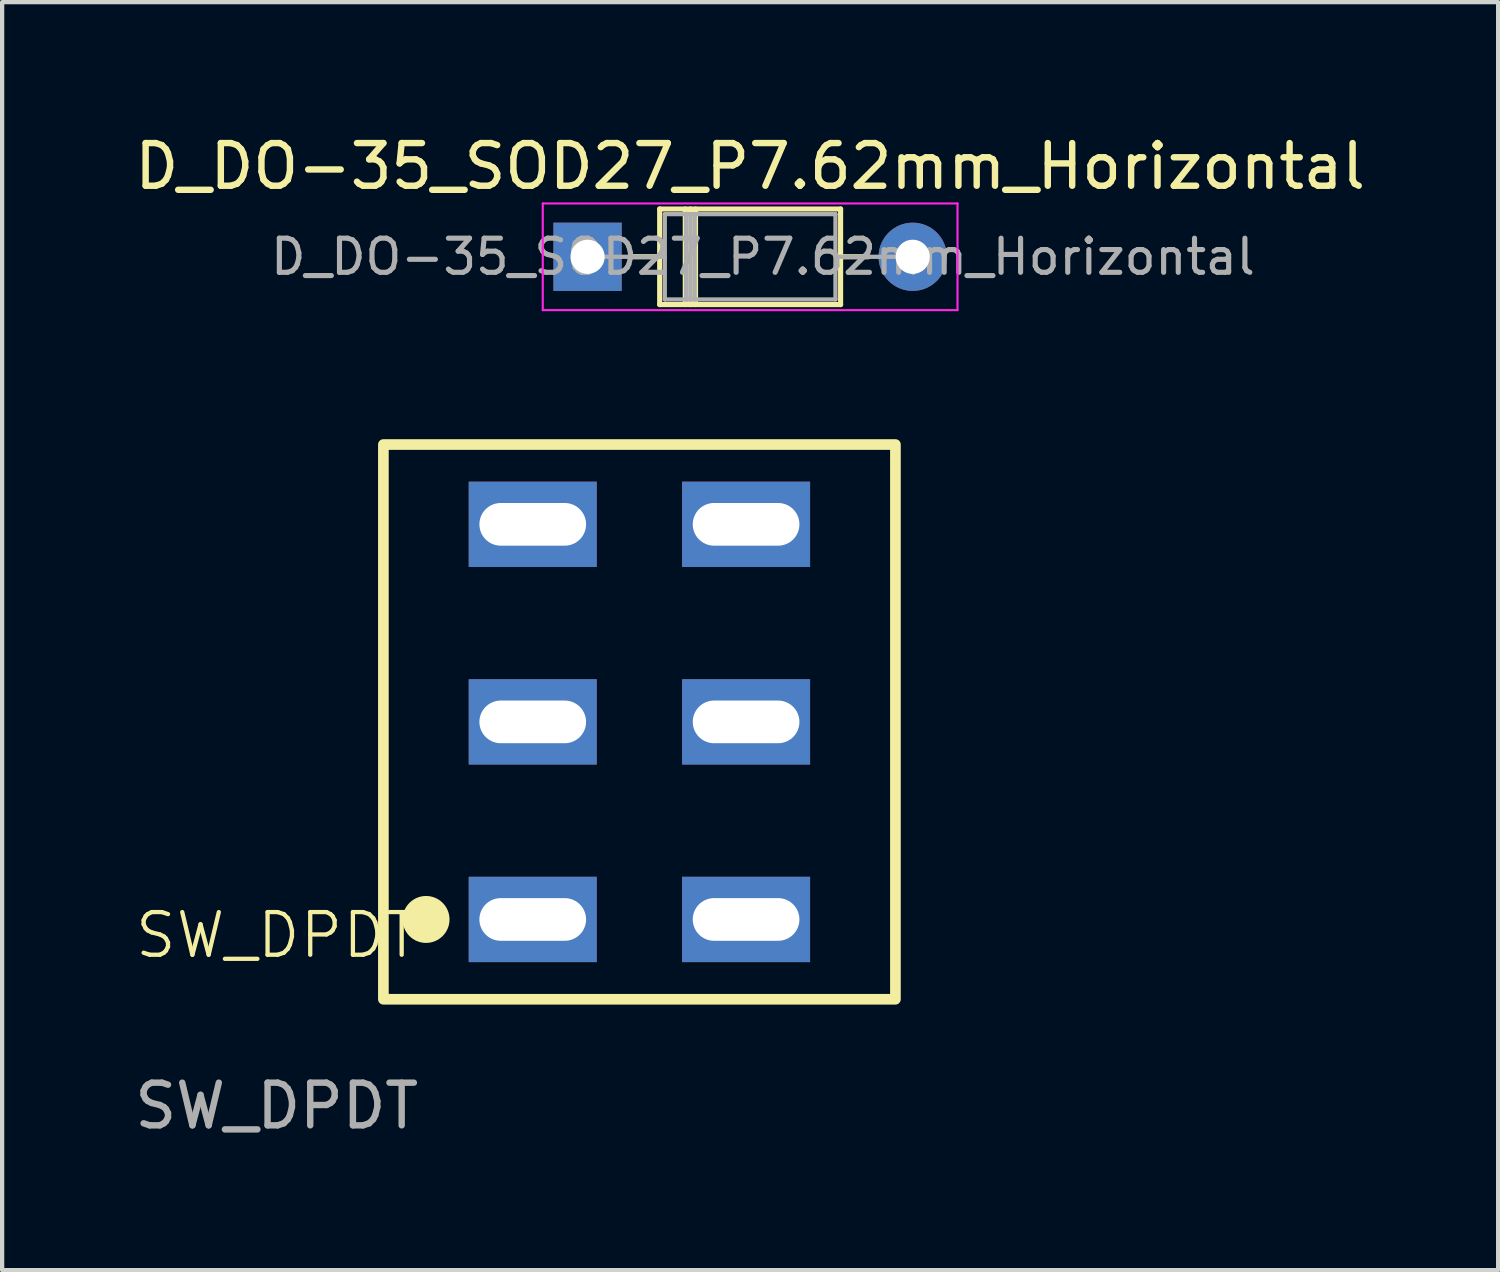
<source format=kicad_pcb>
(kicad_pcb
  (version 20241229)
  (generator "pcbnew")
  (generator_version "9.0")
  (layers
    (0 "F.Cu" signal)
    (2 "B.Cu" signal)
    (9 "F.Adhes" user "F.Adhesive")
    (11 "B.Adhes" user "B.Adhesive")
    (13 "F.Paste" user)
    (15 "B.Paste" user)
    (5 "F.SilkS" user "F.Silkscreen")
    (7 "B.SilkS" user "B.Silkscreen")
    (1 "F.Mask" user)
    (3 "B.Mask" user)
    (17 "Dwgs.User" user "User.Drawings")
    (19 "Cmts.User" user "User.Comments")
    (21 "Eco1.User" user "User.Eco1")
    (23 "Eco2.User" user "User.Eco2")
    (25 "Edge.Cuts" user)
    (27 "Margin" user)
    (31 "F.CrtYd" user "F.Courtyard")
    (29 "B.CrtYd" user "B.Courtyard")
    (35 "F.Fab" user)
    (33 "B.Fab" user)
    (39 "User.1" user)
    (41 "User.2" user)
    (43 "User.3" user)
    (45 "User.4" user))
  (footprint "D_DO-35_SOD27_P7.62mm_Horizontal"
    (layer "F.Cu")
    (at 10.72 2.968)
    (property "Reference" "D_DO-35_SOD27_P7.62mm_Horizontal" (at 3.81 -2.12 0) (layer "F.SilkS") (effects (font (size 1 1) (thickness 0.15))))
    (attr through_hole)
    (fp_line (start 1.04 0) (end 1.69 0) (stroke (width 0.12) (type solid)) (layer "F.SilkS"))
    (fp_line (start 1.69 -1.12) (end 1.69 1.12) (stroke (width 0.12) (type solid)) (layer "F.SilkS"))
    (fp_line (start 1.69 1.12) (end 5.93 1.12) (stroke (width 0.12) (type solid)) (layer "F.SilkS"))
    (fp_line (start 2.29 -1.12) (end 2.29 1.12) (stroke (width 0.12) (type solid)) (layer "F.SilkS"))
    (fp_line (start 2.41 -1.12) (end 2.41 1.12) (stroke (width 0.12) (type solid)) (layer "F.SilkS"))
    (fp_line (start 2.53 -1.12) (end 2.53 1.12) (stroke (width 0.12) (type solid)) (layer "F.SilkS"))
    (fp_line (start 5.93 -1.12) (end 1.69 -1.12) (stroke (width 0.12) (type solid)) (layer "F.SilkS"))
    (fp_line (start 5.93 1.12) (end 5.93 -1.12) (stroke (width 0.12) (type solid)) (layer "F.SilkS"))
    (fp_line (start 6.58 0) (end 5.93 0) (stroke (width 0.12) (type solid)) (layer "F.SilkS"))
    (fp_line (start -1.05 -1.25) (end -1.05 1.25) (stroke (width 0.05) (type solid)) (layer "F.CrtYd"))
    (fp_line (start -1.05 1.25) (end 8.67 1.25) (stroke (width 0.05) (type solid)) (layer "F.CrtYd"))
    (fp_line (start 8.67 -1.25) (end -1.05 -1.25) (stroke (width 0.05) (type solid)) (layer "F.CrtYd"))
    (fp_line (start 8.67 1.25) (end 8.67 -1.25) (stroke (width 0.05) (type solid)) (layer "F.CrtYd"))
    (fp_line (start 0 0) (end 1.81 0) (stroke (width 0.1) (type solid)) (layer "F.Fab"))
    (fp_line (start 1.81 -1) (end 1.81 1) (stroke (width 0.1) (type solid)) (layer "F.Fab"))
    (fp_line (start 1.81 1) (end 5.81 1) (stroke (width 0.1) (type solid)) (layer "F.Fab"))
    (fp_line (start 2.31 -1) (end 2.31 1) (stroke (width 0.1) (type solid)) (layer "F.Fab"))
    (fp_line (start 2.41 -1) (end 2.41 1) (stroke (width 0.1) (type solid)) (layer "F.Fab"))
    (fp_line (start 2.51 -1) (end 2.51 1) (stroke (width 0.1) (type solid)) (layer "F.Fab"))
    (fp_line (start 5.81 -1) (end 1.81 -1) (stroke (width 0.1) (type solid)) (layer "F.Fab"))
    (fp_line (start 5.81 1) (end 5.81 -1) (stroke (width 0.1) (type solid)) (layer "F.Fab"))
    (fp_line (start 7.62 0) (end 5.81 0) (stroke (width 0.1) (type solid)) (layer "F.Fab"))
    (fp_text user "${REFERENCE}" (at 4.11 0 0) (layer "F.Fab") (effects (font (size 0.8 0.8) (thickness 0.12))))
    (pad "1" thru_hole rect (at 0 0) (size 1.6 1.6) (drill 0.8) (layers "*.Cu" "*.Mask"))
    (pad "2" thru_hole oval (at 7.62 0) (size 1.6 1.6) (drill 0.8) (layers "*.Cu" "*.Mask")))
  (footprint "SW_DPDT"
    (layer "F.Cu")
    (at 9.435 13.868)
    (property "Reference" "SW_DPDT" (at -6 5 0) (unlocked yes) (layer "F.SilkS") (effects (font (size 1 1) (thickness 0.1))))
    (attr through_hole)
    (fp_rect (start -3.5 -6.5) (end 8.5 6.5) (stroke (width 0.25) (type solid)) (fill no) (layer "F.SilkS"))
    (fp_circle (center -2.5 4.63) (end -2 4.63) (stroke (width 0.1) (type solid)) (fill yes) (layer "F.SilkS"))
    (fp_text user "${REFERENCE}" (at -6 9 0) (unlocked yes) (layer "F.Fab") (effects (font (size 1 1) (thickness 0.15))))
    (pad "1" thru_hole rect (at 0 4.63) (size 3 2) (drill oval 2.5 1) (layers "*.Cu" "*.Mask"))
    (pad "2" thru_hole rect (at 0 0) (size 3 2) (drill oval 2.5 1) (layers "*.Cu" "*.Mask"))
    (pad "3" thru_hole rect (at 0 -4.63) (size 3 2) (drill oval 2.5 1) (layers "*.Cu" "*.Mask"))
    (pad "4" thru_hole rect (at 5 4.63) (size 3 2) (drill oval 2.5 1) (layers "*.Cu" "*.Mask"))
    (pad "5" thru_hole rect (at 5 0) (size 3 2) (drill oval 2.5 1) (layers "*.Cu" "*.Mask"))
    (pad "6" thru_hole rect (at 5 -4.63) (size 3 2) (drill oval 2.5 1) (layers "*.Cu" "*.Mask")))
  (gr_rect
    (start -3 -3)
    (end 32.06 26.716)
    (stroke (width 0.1) (type default))
    (fill no)
    (layer "Edge.Cuts")))
</source>
